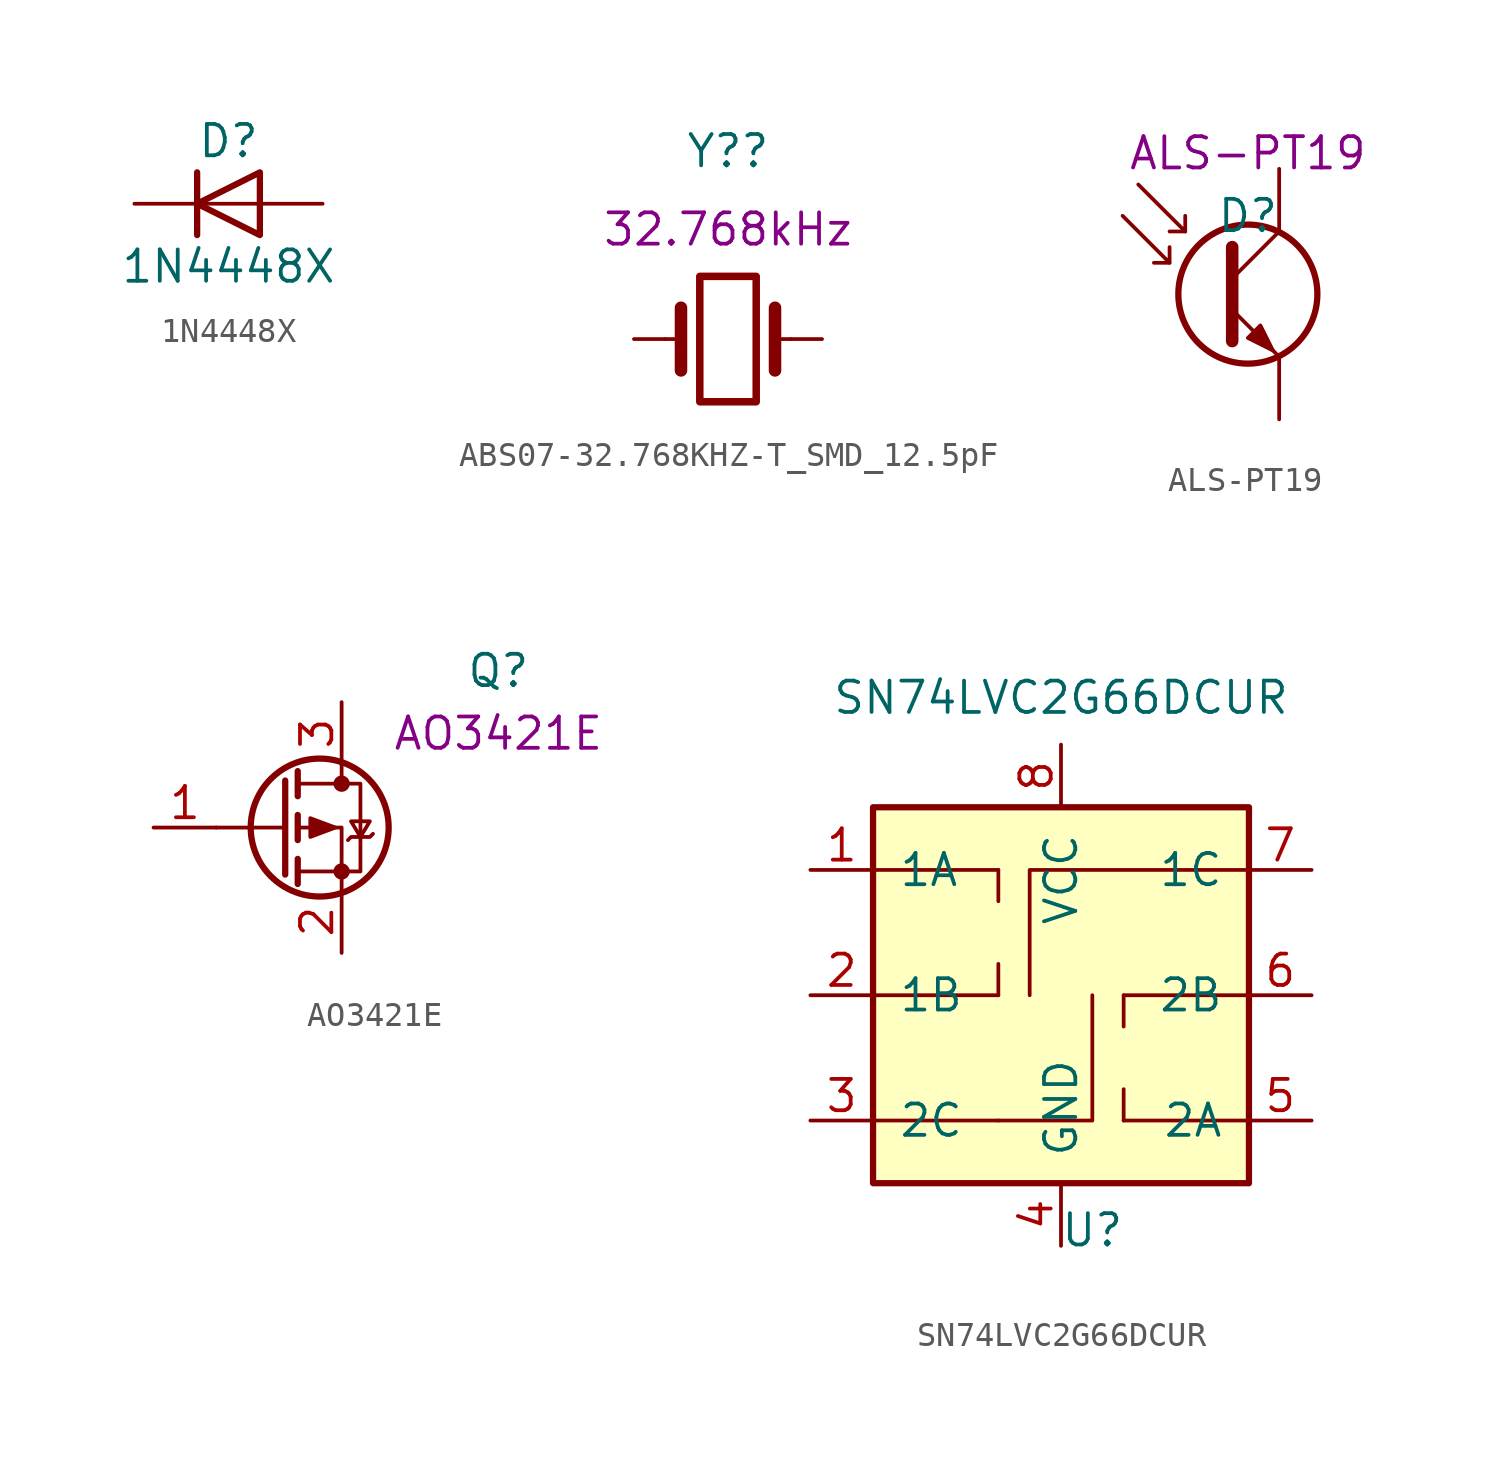
<source format=kicad_sym>
(kicad_symbol_lib
  (version 20211014)
  (generator kicad_symbol_editor)
  (symbol "1N4448X"
    (pin_numbers hide)
    (pin_names
      (offset 1.016) hide)
    (property "Reference" "D"
      (at 0 2.54 0)
      (effects (font (size 1.27 1.27))))
    (property "Value" "1N4448X"
      (at 0 -2.54 0)
      (effects (font (size 1.27 1.27))))
    (symbol "1N4448X_0_1"
      (polyline (pts (xy -1.27 1.27) (xy -1.27 -1.27)) (stroke (width 0.254) (type default) (color 0 0 0 0)) (fill (type none)))
      (polyline (pts (xy 1.27 0) (xy -1.27 0)) (stroke (width 0) (type default) (color 0 0 0 0)) (fill (type none)))
      (polyline (pts (xy 1.27 1.27) (xy 1.27 -1.27) (xy -1.27 0) (xy 1.27 1.27)) (stroke (width 0.254) (type default) (color 0 0 0 0)) (fill (type none))))
    (symbol "1N4448X_1_1"
      (pin passive line (at -3.81 0 0) (length 2.54) (name "K" (effects (font (size 1.27 1.27)))) (number "1" (effects (font (size 1.27 1.27)))))
      (pin passive line (at 3.81 0 180) (length 2.54) (name "A" (effects (font (size 1.27 1.27)))) (number "2" (effects (font (size 1.27 1.27)))))))
  (symbol "ABS07-32.768KHZ-T_SMD_12.5pF"
    (pin_numbers hide)
    (pin_names
      (offset 1.016) hide)
    (property "Reference" "Y?"
      (at 0 7.62 0)
      (effects (font (size 1.27 1.27))))
    (property "Value" "ABS07-32.768KHZ-T_SMD_12.5pF"
      (at 0 5.08 0)
      (effects (font (size 0 0))))
    (property "UserValue" "32.768kHz"
      (at 0 4.445 0)
      (effects (font (size 1.27 1.27))))
    (symbol "ABS07-32.768KHZ-T_SMD_12.5pF_0_1"
      (rectangle (start -1.143 2.54) (end 1.143 -2.54) (stroke (width 0.305) (type default) (color 0 0 0 0)) (fill (type none)))
      (polyline (pts (xy -2.54 0) (xy -1.905 0)) (stroke (width 0) (type default) (color 0 0 0 0)) (fill (type none)))
      (polyline (pts (xy -1.905 -1.27) (xy -1.905 1.27)) (stroke (width 0.508) (type default) (color 0 0 0 0)) (fill (type none)))
      (polyline (pts (xy 1.905 -1.27) (xy 1.905 1.27)) (stroke (width 0.508) (type default) (color 0 0 0 0)) (fill (type none)))
      (polyline (pts (xy 2.54 0) (xy 1.905 0)) (stroke (width 0) (type default) (color 0 0 0 0)) (fill (type none))))
    (symbol "ABS07-32.768KHZ-T_SMD_12.5pF_1_1"
      (pin passive line (at -3.81 0 0) (length 1.27) (name "1" (effects (font (size 1.27 1.27)))) (number "1" (effects (font (size 1.27 1.27)))))
      (pin passive line (at 3.81 0 180) (length 1.27) (name "2" (effects (font (size 1.27 1.27)))) (number "2" (effects (font (size 1.27 1.27)))))))
  (symbol "ALS-PT19"
    (pin_numbers hide)
    (pin_names
      (offset 1.016) hide)
    (property "Reference" "D"
      (at 0 2.54 0)
      (effects (font (size 1.27 1.27))))
    (property "UserValue" "ALS-PT19"
      (at 0 5.08 0)
      (effects (font (size 1.27 1.27))))
    (symbol "ALS-PT19_0_1"
      (circle (center 0 -0.635) (radius 2.819) (stroke (width 0.254) (type default) (color 0 0 0 0)) (fill (type none)))
      (polyline (pts (xy -3.175 0.635) (xy -3.81 0.635)) (stroke (width 0) (type default) (color 0 0 0 0)) (fill (type none)))
      (polyline (pts (xy -2.54 1.905) (xy -3.175 1.905)) (stroke (width 0) (type default) (color 0 0 0 0)) (fill (type none)))
      (polyline (pts (xy -0.635 0) (xy 1.27 1.905)) (stroke (width 0) (type default) (color 0 0 0 0)) (fill (type none)))
      (polyline (pts (xy -5.08 2.54) (xy -3.175 0.635) (xy -3.175 1.27)) (stroke (width 0) (type default) (color 0 0 0 0)) (fill (type none)))
      (polyline (pts (xy -4.445 3.81) (xy -2.54 1.905) (xy -2.54 2.54)) (stroke (width 0) (type default) (color 0 0 0 0)) (fill (type none)))
      (polyline (pts (xy -0.635 -1.27) (xy 1.27 -3.175) (xy 1.27 -3.175)) (stroke (width 0) (type default) (color 0 0 0 0)) (fill (type none)))
      (polyline (pts (xy -0.635 1.27) (xy -0.635 -2.54) (xy -0.635 -2.54)) (stroke (width 0.508) (type default) (color 0 0 0 0)) (fill (type none)))
      (polyline (pts (xy 0 -2.413) (xy 0.508 -1.905) (xy 1.016 -2.921) (xy 0 -2.413) (xy 0 -2.413)) (stroke (width 0) (type default) (color 0 0 0 0)) (fill (type outline))))
    (symbol "ALS-PT19_1_1"
      (pin passive line (at 1.27 4.445 270) (length 2.54) (name "C" (effects (font (size 1.27 1.27)))) (number "1" (effects (font (size 1.27 1.27)))))
      (pin passive line (at 1.27 -5.715 90) (length 2.54) (name "E" (effects (font (size 1.27 1.27)))) (number "2" (effects (font (size 1.27 1.27)))))))
  (symbol "AO3421E"
    (pin_names hide)
    (property "Reference" "Q"
      (at 7.62 6.35 0)
      (effects (font (size 1.27 1.27))))
    (property "UserValue" "AO3421E"
      (at 7.62 3.81 0)
      (effects (font (size 1.27 1.27))))
    (symbol "AO3421E_0_1"
      (polyline (pts (xy -1.016 0) (xy -3.81 0)) (stroke (width 0) (type default) (color 0 0 0 0)) (fill (type none)))
      (polyline (pts (xy -1.016 1.905) (xy -1.016 -1.905)) (stroke (width 0.254) (type default) (color 0 0 0 0)) (fill (type none)))
      (polyline (pts (xy -0.508 -1.27) (xy -0.508 -2.286)) (stroke (width 0.254) (type default) (color 0 0 0 0)) (fill (type none)))
      (polyline (pts (xy -0.508 0.508) (xy -0.508 -0.508)) (stroke (width 0.254) (type default) (color 0 0 0 0)) (fill (type none)))
      (polyline (pts (xy -0.508 2.286) (xy -0.508 1.27)) (stroke (width 0.254) (type default) (color 0 0 0 0)) (fill (type none)))
      (polyline (pts (xy 1.27 2.54) (xy 1.27 1.778)) (stroke (width 0) (type default) (color 0 0 0 0)) (fill (type none)))
      (polyline (pts (xy 1.27 -2.54) (xy 1.27 0) (xy -0.508 0)) (stroke (width 0) (type default) (color 0 0 0 0)) (fill (type none)))
      (polyline (pts (xy -0.508 1.778) (xy 2.032 1.778) (xy 2.032 -1.778) (xy -0.508 -1.778)) (stroke (width 0) (type default) (color 0 0 0 0)) (fill (type none)))
      (polyline (pts (xy 1.016 0) (xy 0 0.381) (xy 0 -0.381) (xy 1.016 0)) (stroke (width 0) (type default) (color 0 0 0 0)) (fill (type outline)))
      (polyline (pts (xy 1.524 -0.508) (xy 1.651 -0.381) (xy 2.413 -0.381) (xy 2.54 -0.254)) (stroke (width 0) (type default) (color 0 0 0 0)) (fill (type none)))
      (polyline (pts (xy 2.032 -0.381) (xy 1.651 0.254) (xy 2.413 0.254) (xy 2.032 -0.381)) (stroke (width 0) (type default) (color 0 0 0 0)) (fill (type none)))
      (circle (center 0.381 0) (radius 2.794) (stroke (width 0.254) (type default) (color 0 0 0 0)) (fill (type none)))
      (circle (center 1.27 -1.778) (radius 0.254) (stroke (width 0) (type default) (color 0 0 0 0)) (fill (type outline)))
      (circle (center 1.27 1.778) (radius 0.254) (stroke (width 0) (type default) (color 0 0 0 0)) (fill (type outline))))
    (symbol "AO3421E_1_1"
      (pin input line (at -6.35 0 0) (length 2.54) (name "G" (effects (font (size 1.27 1.27)))) (number "1" (effects (font (size 1.27 1.27)))))
      (pin passive line (at 1.27 -5.08 90) (length 2.54) (name "S" (effects (font (size 1.27 1.27)))) (number "2" (effects (font (size 1.27 1.27)))))
      (pin passive line (at 1.27 5.08 270) (length 2.54) (name "D" (effects (font (size 1.27 1.27)))) (number "3" (effects (font (size 1.27 1.27)))))))
  (symbol "SN74LVC2G66DCUR"
    (pin_names
      (offset 1.016))
    (property "Reference" "U"
      (at 1.27 -9.525 0)
      (effects (font (size 1.27 1.27))))
    (property "Value" "SN74LVC2G66DCUR"
      (at 0 12.065 0)
      (effects (font (size 1.27 1.27))))
    (symbol "SN74LVC2G66DCUR_0_1"
      (rectangle (start -7.62 7.62) (end 7.62 -7.62) (stroke (width 0.254) (type default) (color 0 0 0 0)) (fill (type background)))
      (polyline (pts (xy -7.62 -5.08) (xy -2.54 -5.08)) (stroke (width 0) (type default) (color 0 0 0 0)) (fill (type none)))
      (polyline (pts (xy -7.62 0) (xy -2.54 0)) (stroke (width 0) (type default) (color 0 0 0 0)) (fill (type none)))
      (polyline (pts (xy -7.62 5.08) (xy -2.54 5.08)) (stroke (width 0) (type default) (color 0 0 0 0)) (fill (type none)))
      (polyline (pts (xy -2.54 0) (xy -2.54 1.27)) (stroke (width 0) (type default) (color 0 0 0 0)) (fill (type none)))
      (polyline (pts (xy -2.54 5.08) (xy -2.54 3.81)) (stroke (width 0) (type default) (color 0 0 0 0)) (fill (type none)))
      (polyline (pts (xy 2.54 -5.08) (xy 2.54 -3.81)) (stroke (width 0) (type default) (color 0 0 0 0)) (fill (type none)))
      (polyline (pts (xy 2.54 0) (xy 2.54 -1.27)) (stroke (width 0) (type default) (color 0 0 0 0)) (fill (type none)))
      (polyline (pts (xy 7.62 -5.08) (xy 2.54 -5.08)) (stroke (width 0) (type default) (color 0 0 0 0)) (fill (type none)))
      (polyline (pts (xy 7.62 0) (xy 2.54 0)) (stroke (width 0) (type default) (color 0 0 0 0)) (fill (type none)))
      (polyline (pts (xy -2.54 -5.08) (xy 1.27 -5.08) (xy 1.27 0)) (stroke (width 0) (type default) (color 0 0 0 0)) (fill (type none)))
      (polyline (pts (xy 7.62 5.08) (xy -1.27 5.08) (xy -1.27 0)) (stroke (width 0) (type default) (color 0 0 0 0)) (fill (type none))))
    (symbol "SN74LVC2G66DCUR_1_1"
      (pin bidirectional line (at -10.16 5.08 0) (length 2.54) (name "1A" (effects (font (size 1.27 1.27)))) (number "1" (effects (font (size 1.27 1.27)))))
      (pin bidirectional line (at -10.16 0 0) (length 2.54) (name "1B" (effects (font (size 1.27 1.27)))) (number "2" (effects (font (size 1.27 1.27)))))
      (pin input line (at -10.16 -5.08 0) (length 2.54) (name "2C" (effects (font (size 1.27 1.27)))) (number "3" (effects (font (size 1.27 1.27)))))
      (pin power_in line (at 0 -10.16 90) (length 2.54) (name "GND" (effects (font (size 1.27 1.27)))) (number "4" (effects (font (size 1.27 1.27)))))
      (pin bidirectional line (at 10.16 -5.08 180) (length 2.54) (name "2A" (effects (font (size 1.27 1.27)))) (number "5" (effects (font (size 1.27 1.27)))))
      (pin bidirectional line (at 10.16 0 180) (length 2.54) (name "2B" (effects (font (size 1.27 1.27)))) (number "6" (effects (font (size 1.27 1.27)))))
      (pin bidirectional line (at 10.16 5.08 180) (length 2.54) (name "1C" (effects (font (size 1.27 1.27)))) (number "7" (effects (font (size 1.27 1.27)))))
      (pin power_in line (at 0 10.16 270) (length 2.54) (name "VCC" (effects (font (size 1.27 1.27)))) (number "8" (effects (font (size 1.27 1.27))))))))
</source>
